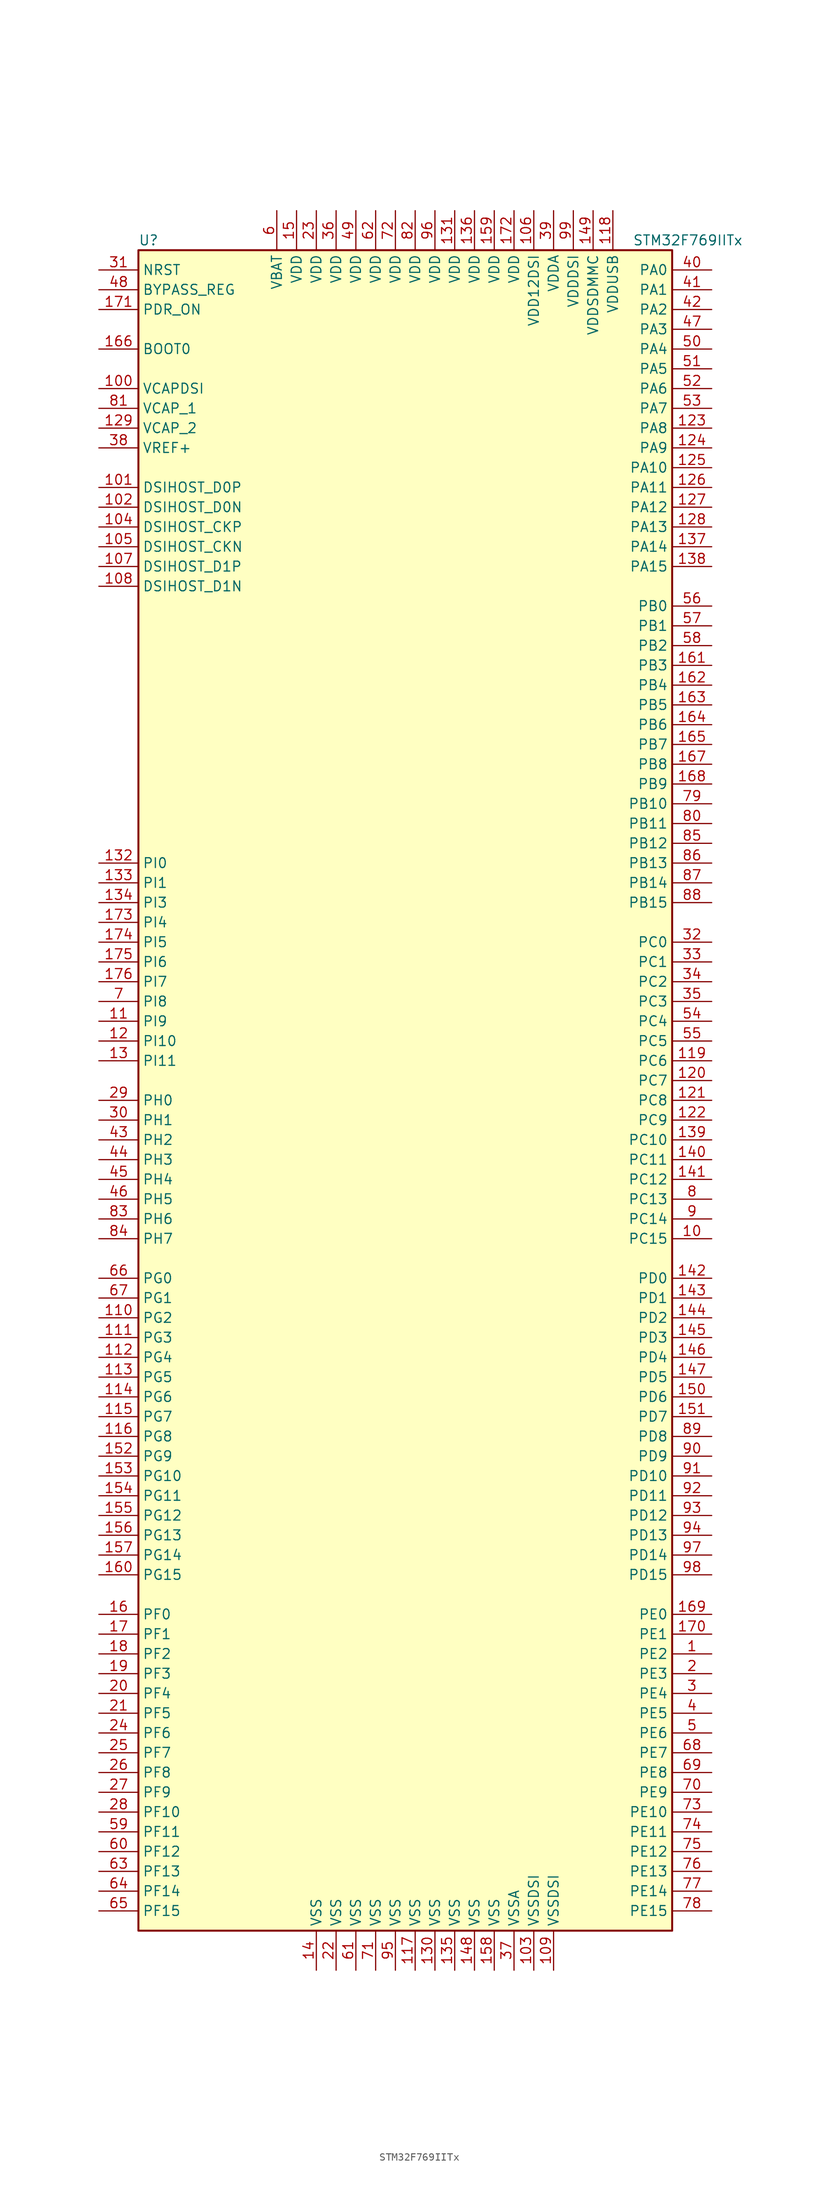
<source format=kicad_sym>
(kicad_symbol_lib
  (version 20220914)
  (generator kicad_symbol_editor)
  (symbol "STM32F769IITx"
    (property "Reference" "U"
      (at -35.56 107.95 0)
      (effects (font (size 1.27 1.27)) (justify left)))
    (property "Value" "STM32F769IITx"
      (at 27.94 107.95 0)
      (effects (font (size 1.27 1.27)) (justify left)))
    (symbol "STM32F769IITx_0_1"
      (rectangle (start -35.56 -109.22) (end 33.02 106.68) (stroke (width 0.254) (type default)) (fill (type background))))
    (symbol "STM32F769IITx_1_1"
      (pin bidirectional line (at 38.1 -73.66 180) (length 5.08) (name "PE2" (effects (font (size 1.27 1.27)))) (number "1" (effects (font (size 1.27 1.27)))))
      (pin bidirectional line (at 38.1 -20.32 180) (length 5.08) (name "PC15" (effects (font (size 1.27 1.27)))) (number "10" (effects (font (size 1.27 1.27)))))
      (pin power_in line (at -40.64 88.9 0) (length 5.08) (name "VCAPDSI" (effects (font (size 1.27 1.27)))) (number "100" (effects (font (size 1.27 1.27)))))
      (pin bidirectional line (at -40.64 76.2 0) (length 5.08) (name "DSIHOST_D0P" (effects (font (size 1.27 1.27)))) (number "101" (effects (font (size 1.27 1.27)))))
      (pin bidirectional line (at -40.64 73.66 0) (length 5.08) (name "DSIHOST_D0N" (effects (font (size 1.27 1.27)))) (number "102" (effects (font (size 1.27 1.27)))))
      (pin power_in line (at 15.24 -114.3 90) (length 5.08) (name "VSSDSI" (effects (font (size 1.27 1.27)))) (number "103" (effects (font (size 1.27 1.27)))))
      (pin bidirectional line (at -40.64 71.12 0) (length 5.08) (name "DSIHOST_CKP" (effects (font (size 1.27 1.27)))) (number "104" (effects (font (size 1.27 1.27)))))
      (pin bidirectional line (at -40.64 68.58 0) (length 5.08) (name "DSIHOST_CKN" (effects (font (size 1.27 1.27)))) (number "105" (effects (font (size 1.27 1.27)))))
      (pin power_in line (at 15.24 111.76 270) (length 5.08) (name "VDD12DSI" (effects (font (size 1.27 1.27)))) (number "106" (effects (font (size 1.27 1.27)))))
      (pin bidirectional line (at -40.64 66.04 0) (length 5.08) (name "DSIHOST_D1P" (effects (font (size 1.27 1.27)))) (number "107" (effects (font (size 1.27 1.27)))))
      (pin bidirectional line (at -40.64 63.5 0) (length 5.08) (name "DSIHOST_D1N" (effects (font (size 1.27 1.27)))) (number "108" (effects (font (size 1.27 1.27)))))
      (pin power_in line (at 17.78 -114.3 90) (length 5.08) (name "VSSDSI" (effects (font (size 1.27 1.27)))) (number "109" (effects (font (size 1.27 1.27)))))
      (pin bidirectional line (at -40.64 7.62 0) (length 5.08) (name "PI9" (effects (font (size 1.27 1.27)))) (number "11" (effects (font (size 1.27 1.27)))))
      (pin bidirectional line (at -40.64 -30.48 0) (length 5.08) (name "PG2" (effects (font (size 1.27 1.27)))) (number "110" (effects (font (size 1.27 1.27)))))
      (pin bidirectional line (at -40.64 -33.02 0) (length 5.08) (name "PG3" (effects (font (size 1.27 1.27)))) (number "111" (effects (font (size 1.27 1.27)))))
      (pin bidirectional line (at -40.64 -35.56 0) (length 5.08) (name "PG4" (effects (font (size 1.27 1.27)))) (number "112" (effects (font (size 1.27 1.27)))))
      (pin bidirectional line (at -40.64 -38.1 0) (length 5.08) (name "PG5" (effects (font (size 1.27 1.27)))) (number "113" (effects (font (size 1.27 1.27)))))
      (pin bidirectional line (at -40.64 -40.64 0) (length 5.08) (name "PG6" (effects (font (size 1.27 1.27)))) (number "114" (effects (font (size 1.27 1.27)))))
      (pin bidirectional line (at -40.64 -43.18 0) (length 5.08) (name "PG7" (effects (font (size 1.27 1.27)))) (number "115" (effects (font (size 1.27 1.27)))))
      (pin bidirectional line (at -40.64 -45.72 0) (length 5.08) (name "PG8" (effects (font (size 1.27 1.27)))) (number "116" (effects (font (size 1.27 1.27)))))
      (pin power_in line (at 0 -114.3 90) (length 5.08) (name "VSS" (effects (font (size 1.27 1.27)))) (number "117" (effects (font (size 1.27 1.27)))))
      (pin power_in line (at 25.4 111.76 270) (length 5.08) (name "VDDUSB" (effects (font (size 1.27 1.27)))) (number "118" (effects (font (size 1.27 1.27)))))
      (pin bidirectional line (at 38.1 2.54 180) (length 5.08) (name "PC6" (effects (font (size 1.27 1.27)))) (number "119" (effects (font (size 1.27 1.27)))))
      (pin bidirectional line (at -40.64 5.08 0) (length 5.08) (name "PI10" (effects (font (size 1.27 1.27)))) (number "12" (effects (font (size 1.27 1.27)))))
      (pin bidirectional line (at 38.1 0 180) (length 5.08) (name "PC7" (effects (font (size 1.27 1.27)))) (number "120" (effects (font (size 1.27 1.27)))))
      (pin bidirectional line (at 38.1 -2.54 180) (length 5.08) (name "PC8" (effects (font (size 1.27 1.27)))) (number "121" (effects (font (size 1.27 1.27)))))
      (pin bidirectional line (at 38.1 -5.08 180) (length 5.08) (name "PC9" (effects (font (size 1.27 1.27)))) (number "122" (effects (font (size 1.27 1.27)))))
      (pin bidirectional line (at 38.1 83.82 180) (length 5.08) (name "PA8" (effects (font (size 1.27 1.27)))) (number "123" (effects (font (size 1.27 1.27)))))
      (pin bidirectional line (at 38.1 81.28 180) (length 5.08) (name "PA9" (effects (font (size 1.27 1.27)))) (number "124" (effects (font (size 1.27 1.27)))))
      (pin bidirectional line (at 38.1 78.74 180) (length 5.08) (name "PA10" (effects (font (size 1.27 1.27)))) (number "125" (effects (font (size 1.27 1.27)))))
      (pin bidirectional line (at 38.1 76.2 180) (length 5.08) (name "PA11" (effects (font (size 1.27 1.27)))) (number "126" (effects (font (size 1.27 1.27)))))
      (pin bidirectional line (at 38.1 73.66 180) (length 5.08) (name "PA12" (effects (font (size 1.27 1.27)))) (number "127" (effects (font (size 1.27 1.27)))))
      (pin bidirectional line (at 38.1 71.12 180) (length 5.08) (name "PA13" (effects (font (size 1.27 1.27)))) (number "128" (effects (font (size 1.27 1.27)))))
      (pin power_in line (at -40.64 83.82 0) (length 5.08) (name "VCAP_2" (effects (font (size 1.27 1.27)))) (number "129" (effects (font (size 1.27 1.27)))))
      (pin bidirectional line (at -40.64 2.54 0) (length 5.08) (name "PI11" (effects (font (size 1.27 1.27)))) (number "13" (effects (font (size 1.27 1.27)))))
      (pin power_in line (at 2.54 -114.3 90) (length 5.08) (name "VSS" (effects (font (size 1.27 1.27)))) (number "130" (effects (font (size 1.27 1.27)))))
      (pin power_in line (at 5.08 111.76 270) (length 5.08) (name "VDD" (effects (font (size 1.27 1.27)))) (number "131" (effects (font (size 1.27 1.27)))))
      (pin bidirectional line (at -40.64 27.94 0) (length 5.08) (name "PI0" (effects (font (size 1.27 1.27)))) (number "132" (effects (font (size 1.27 1.27)))))
      (pin bidirectional line (at -40.64 25.4 0) (length 5.08) (name "PI1" (effects (font (size 1.27 1.27)))) (number "133" (effects (font (size 1.27 1.27)))))
      (pin bidirectional line (at -40.64 22.86 0) (length 5.08) (name "PI3" (effects (font (size 1.27 1.27)))) (number "134" (effects (font (size 1.27 1.27)))))
      (pin power_in line (at 5.08 -114.3 90) (length 5.08) (name "VSS" (effects (font (size 1.27 1.27)))) (number "135" (effects (font (size 1.27 1.27)))))
      (pin power_in line (at 7.62 111.76 270) (length 5.08) (name "VDD" (effects (font (size 1.27 1.27)))) (number "136" (effects (font (size 1.27 1.27)))))
      (pin bidirectional line (at 38.1 68.58 180) (length 5.08) (name "PA14" (effects (font (size 1.27 1.27)))) (number "137" (effects (font (size 1.27 1.27)))))
      (pin bidirectional line (at 38.1 66.04 180) (length 5.08) (name "PA15" (effects (font (size 1.27 1.27)))) (number "138" (effects (font (size 1.27 1.27)))))
      (pin bidirectional line (at 38.1 -7.62 180) (length 5.08) (name "PC10" (effects (font (size 1.27 1.27)))) (number "139" (effects (font (size 1.27 1.27)))))
      (pin power_in line (at -12.7 -114.3 90) (length 5.08) (name "VSS" (effects (font (size 1.27 1.27)))) (number "14" (effects (font (size 1.27 1.27)))))
      (pin bidirectional line (at 38.1 -10.16 180) (length 5.08) (name "PC11" (effects (font (size 1.27 1.27)))) (number "140" (effects (font (size 1.27 1.27)))))
      (pin bidirectional line (at 38.1 -12.7 180) (length 5.08) (name "PC12" (effects (font (size 1.27 1.27)))) (number "141" (effects (font (size 1.27 1.27)))))
      (pin bidirectional line (at 38.1 -25.4 180) (length 5.08) (name "PD0" (effects (font (size 1.27 1.27)))) (number "142" (effects (font (size 1.27 1.27)))))
      (pin bidirectional line (at 38.1 -27.94 180) (length 5.08) (name "PD1" (effects (font (size 1.27 1.27)))) (number "143" (effects (font (size 1.27 1.27)))))
      (pin bidirectional line (at 38.1 -30.48 180) (length 5.08) (name "PD2" (effects (font (size 1.27 1.27)))) (number "144" (effects (font (size 1.27 1.27)))))
      (pin bidirectional line (at 38.1 -33.02 180) (length 5.08) (name "PD3" (effects (font (size 1.27 1.27)))) (number "145" (effects (font (size 1.27 1.27)))))
      (pin bidirectional line (at 38.1 -35.56 180) (length 5.08) (name "PD4" (effects (font (size 1.27 1.27)))) (number "146" (effects (font (size 1.27 1.27)))))
      (pin bidirectional line (at 38.1 -38.1 180) (length 5.08) (name "PD5" (effects (font (size 1.27 1.27)))) (number "147" (effects (font (size 1.27 1.27)))))
      (pin power_in line (at 7.62 -114.3 90) (length 5.08) (name "VSS" (effects (font (size 1.27 1.27)))) (number "148" (effects (font (size 1.27 1.27)))))
      (pin power_in line (at 22.86 111.76 270) (length 5.08) (name "VDDSDMMC" (effects (font (size 1.27 1.27)))) (number "149" (effects (font (size 1.27 1.27)))))
      (pin power_in line (at -15.24 111.76 270) (length 5.08) (name "VDD" (effects (font (size 1.27 1.27)))) (number "15" (effects (font (size 1.27 1.27)))))
      (pin bidirectional line (at 38.1 -40.64 180) (length 5.08) (name "PD6" (effects (font (size 1.27 1.27)))) (number "150" (effects (font (size 1.27 1.27)))))
      (pin bidirectional line (at 38.1 -43.18 180) (length 5.08) (name "PD7" (effects (font (size 1.27 1.27)))) (number "151" (effects (font (size 1.27 1.27)))))
      (pin bidirectional line (at -40.64 -48.26 0) (length 5.08) (name "PG9" (effects (font (size 1.27 1.27)))) (number "152" (effects (font (size 1.27 1.27)))))
      (pin bidirectional line (at -40.64 -50.8 0) (length 5.08) (name "PG10" (effects (font (size 1.27 1.27)))) (number "153" (effects (font (size 1.27 1.27)))))
      (pin bidirectional line (at -40.64 -53.34 0) (length 5.08) (name "PG11" (effects (font (size 1.27 1.27)))) (number "154" (effects (font (size 1.27 1.27)))))
      (pin bidirectional line (at -40.64 -55.88 0) (length 5.08) (name "PG12" (effects (font (size 1.27 1.27)))) (number "155" (effects (font (size 1.27 1.27)))))
      (pin bidirectional line (at -40.64 -58.42 0) (length 5.08) (name "PG13" (effects (font (size 1.27 1.27)))) (number "156" (effects (font (size 1.27 1.27)))))
      (pin bidirectional line (at -40.64 -60.96 0) (length 5.08) (name "PG14" (effects (font (size 1.27 1.27)))) (number "157" (effects (font (size 1.27 1.27)))))
      (pin power_in line (at 10.16 -114.3 90) (length 5.08) (name "VSS" (effects (font (size 1.27 1.27)))) (number "158" (effects (font (size 1.27 1.27)))))
      (pin power_in line (at 10.16 111.76 270) (length 5.08) (name "VDD" (effects (font (size 1.27 1.27)))) (number "159" (effects (font (size 1.27 1.27)))))
      (pin bidirectional line (at -40.64 -68.58 0) (length 5.08) (name "PF0" (effects (font (size 1.27 1.27)))) (number "16" (effects (font (size 1.27 1.27)))))
      (pin bidirectional line (at -40.64 -63.5 0) (length 5.08) (name "PG15" (effects (font (size 1.27 1.27)))) (number "160" (effects (font (size 1.27 1.27)))))
      (pin bidirectional line (at 38.1 53.34 180) (length 5.08) (name "PB3" (effects (font (size 1.27 1.27)))) (number "161" (effects (font (size 1.27 1.27)))))
      (pin bidirectional line (at 38.1 50.8 180) (length 5.08) (name "PB4" (effects (font (size 1.27 1.27)))) (number "162" (effects (font (size 1.27 1.27)))))
      (pin bidirectional line (at 38.1 48.26 180) (length 5.08) (name "PB5" (effects (font (size 1.27 1.27)))) (number "163" (effects (font (size 1.27 1.27)))))
      (pin bidirectional line (at 38.1 45.72 180) (length 5.08) (name "PB6" (effects (font (size 1.27 1.27)))) (number "164" (effects (font (size 1.27 1.27)))))
      (pin bidirectional line (at 38.1 43.18 180) (length 5.08) (name "PB7" (effects (font (size 1.27 1.27)))) (number "165" (effects (font (size 1.27 1.27)))))
      (pin input line (at -40.64 93.98 0) (length 5.08) (name "BOOT0" (effects (font (size 1.27 1.27)))) (number "166" (effects (font (size 1.27 1.27)))))
      (pin bidirectional line (at 38.1 40.64 180) (length 5.08) (name "PB8" (effects (font (size 1.27 1.27)))) (number "167" (effects (font (size 1.27 1.27)))))
      (pin bidirectional line (at 38.1 38.1 180) (length 5.08) (name "PB9" (effects (font (size 1.27 1.27)))) (number "168" (effects (font (size 1.27 1.27)))))
      (pin bidirectional line (at 38.1 -68.58 180) (length 5.08) (name "PE0" (effects (font (size 1.27 1.27)))) (number "169" (effects (font (size 1.27 1.27)))))
      (pin bidirectional line (at -40.64 -71.12 0) (length 5.08) (name "PF1" (effects (font (size 1.27 1.27)))) (number "17" (effects (font (size 1.27 1.27)))))
      (pin bidirectional line (at 38.1 -71.12 180) (length 5.08) (name "PE1" (effects (font (size 1.27 1.27)))) (number "170" (effects (font (size 1.27 1.27)))))
      (pin input line (at -40.64 99.06 0) (length 5.08) (name "PDR_ON" (effects (font (size 1.27 1.27)))) (number "171" (effects (font (size 1.27 1.27)))))
      (pin power_in line (at 12.7 111.76 270) (length 5.08) (name "VDD" (effects (font (size 1.27 1.27)))) (number "172" (effects (font (size 1.27 1.27)))))
      (pin bidirectional line (at -40.64 20.32 0) (length 5.08) (name "PI4" (effects (font (size 1.27 1.27)))) (number "173" (effects (font (size 1.27 1.27)))))
      (pin bidirectional line (at -40.64 17.78 0) (length 5.08) (name "PI5" (effects (font (size 1.27 1.27)))) (number "174" (effects (font (size 1.27 1.27)))))
      (pin bidirectional line (at -40.64 15.24 0) (length 5.08) (name "PI6" (effects (font (size 1.27 1.27)))) (number "175" (effects (font (size 1.27 1.27)))))
      (pin bidirectional line (at -40.64 12.7 0) (length 5.08) (name "PI7" (effects (font (size 1.27 1.27)))) (number "176" (effects (font (size 1.27 1.27)))))
      (pin bidirectional line (at -40.64 -73.66 0) (length 5.08) (name "PF2" (effects (font (size 1.27 1.27)))) (number "18" (effects (font (size 1.27 1.27)))))
      (pin bidirectional line (at -40.64 -76.2 0) (length 5.08) (name "PF3" (effects (font (size 1.27 1.27)))) (number "19" (effects (font (size 1.27 1.27)))))
      (pin bidirectional line (at 38.1 -76.2 180) (length 5.08) (name "PE3" (effects (font (size 1.27 1.27)))) (number "2" (effects (font (size 1.27 1.27)))))
      (pin bidirectional line (at -40.64 -78.74 0) (length 5.08) (name "PF4" (effects (font (size 1.27 1.27)))) (number "20" (effects (font (size 1.27 1.27)))))
      (pin bidirectional line (at -40.64 -81.28 0) (length 5.08) (name "PF5" (effects (font (size 1.27 1.27)))) (number "21" (effects (font (size 1.27 1.27)))))
      (pin power_in line (at -10.16 -114.3 90) (length 5.08) (name "VSS" (effects (font (size 1.27 1.27)))) (number "22" (effects (font (size 1.27 1.27)))))
      (pin power_in line (at -12.7 111.76 270) (length 5.08) (name "VDD" (effects (font (size 1.27 1.27)))) (number "23" (effects (font (size 1.27 1.27)))))
      (pin bidirectional line (at -40.64 -83.82 0) (length 5.08) (name "PF6" (effects (font (size 1.27 1.27)))) (number "24" (effects (font (size 1.27 1.27)))))
      (pin bidirectional line (at -40.64 -86.36 0) (length 5.08) (name "PF7" (effects (font (size 1.27 1.27)))) (number "25" (effects (font (size 1.27 1.27)))))
      (pin bidirectional line (at -40.64 -88.9 0) (length 5.08) (name "PF8" (effects (font (size 1.27 1.27)))) (number "26" (effects (font (size 1.27 1.27)))))
      (pin bidirectional line (at -40.64 -91.44 0) (length 5.08) (name "PF9" (effects (font (size 1.27 1.27)))) (number "27" (effects (font (size 1.27 1.27)))))
      (pin bidirectional line (at -40.64 -93.98 0) (length 5.08) (name "PF10" (effects (font (size 1.27 1.27)))) (number "28" (effects (font (size 1.27 1.27)))))
      (pin input line (at -40.64 -2.54 0) (length 5.08) (name "PH0" (effects (font (size 1.27 1.27)))) (number "29" (effects (font (size 1.27 1.27)))))
      (pin bidirectional line (at 38.1 -78.74 180) (length 5.08) (name "PE4" (effects (font (size 1.27 1.27)))) (number "3" (effects (font (size 1.27 1.27)))))
      (pin input line (at -40.64 -5.08 0) (length 5.08) (name "PH1" (effects (font (size 1.27 1.27)))) (number "30" (effects (font (size 1.27 1.27)))))
      (pin input line (at -40.64 104.14 0) (length 5.08) (name "NRST" (effects (font (size 1.27 1.27)))) (number "31" (effects (font (size 1.27 1.27)))))
      (pin bidirectional line (at 38.1 17.78 180) (length 5.08) (name "PC0" (effects (font (size 1.27 1.27)))) (number "32" (effects (font (size 1.27 1.27)))))
      (pin bidirectional line (at 38.1 15.24 180) (length 5.08) (name "PC1" (effects (font (size 1.27 1.27)))) (number "33" (effects (font (size 1.27 1.27)))))
      (pin bidirectional line (at 38.1 12.7 180) (length 5.08) (name "PC2" (effects (font (size 1.27 1.27)))) (number "34" (effects (font (size 1.27 1.27)))))
      (pin bidirectional line (at 38.1 10.16 180) (length 5.08) (name "PC3" (effects (font (size 1.27 1.27)))) (number "35" (effects (font (size 1.27 1.27)))))
      (pin power_in line (at -10.16 111.76 270) (length 5.08) (name "VDD" (effects (font (size 1.27 1.27)))) (number "36" (effects (font (size 1.27 1.27)))))
      (pin power_in line (at 12.7 -114.3 90) (length 5.08) (name "VSSA" (effects (font (size 1.27 1.27)))) (number "37" (effects (font (size 1.27 1.27)))))
      (pin power_in line (at -40.64 81.28 0) (length 5.08) (name "VREF+" (effects (font (size 1.27 1.27)))) (number "38" (effects (font (size 1.27 1.27)))))
      (pin power_in line (at 17.78 111.76 270) (length 5.08) (name "VDDA" (effects (font (size 1.27 1.27)))) (number "39" (effects (font (size 1.27 1.27)))))
      (pin bidirectional line (at 38.1 -81.28 180) (length 5.08) (name "PE5" (effects (font (size 1.27 1.27)))) (number "4" (effects (font (size 1.27 1.27)))))
      (pin bidirectional line (at 38.1 104.14 180) (length 5.08) (name "PA0" (effects (font (size 1.27 1.27)))) (number "40" (effects (font (size 1.27 1.27)))))
      (pin bidirectional line (at 38.1 101.6 180) (length 5.08) (name "PA1" (effects (font (size 1.27 1.27)))) (number "41" (effects (font (size 1.27 1.27)))))
      (pin bidirectional line (at 38.1 99.06 180) (length 5.08) (name "PA2" (effects (font (size 1.27 1.27)))) (number "42" (effects (font (size 1.27 1.27)))))
      (pin bidirectional line (at -40.64 -7.62 0) (length 5.08) (name "PH2" (effects (font (size 1.27 1.27)))) (number "43" (effects (font (size 1.27 1.27)))))
      (pin bidirectional line (at -40.64 -10.16 0) (length 5.08) (name "PH3" (effects (font (size 1.27 1.27)))) (number "44" (effects (font (size 1.27 1.27)))))
      (pin bidirectional line (at -40.64 -12.7 0) (length 5.08) (name "PH4" (effects (font (size 1.27 1.27)))) (number "45" (effects (font (size 1.27 1.27)))))
      (pin bidirectional line (at -40.64 -15.24 0) (length 5.08) (name "PH5" (effects (font (size 1.27 1.27)))) (number "46" (effects (font (size 1.27 1.27)))))
      (pin bidirectional line (at 38.1 96.52 180) (length 5.08) (name "PA3" (effects (font (size 1.27 1.27)))) (number "47" (effects (font (size 1.27 1.27)))))
      (pin input line (at -40.64 101.6 0) (length 5.08) (name "BYPASS_REG" (effects (font (size 1.27 1.27)))) (number "48" (effects (font (size 1.27 1.27)))))
      (pin power_in line (at -7.62 111.76 270) (length 5.08) (name "VDD" (effects (font (size 1.27 1.27)))) (number "49" (effects (font (size 1.27 1.27)))))
      (pin bidirectional line (at 38.1 -83.82 180) (length 5.08) (name "PE6" (effects (font (size 1.27 1.27)))) (number "5" (effects (font (size 1.27 1.27)))))
      (pin bidirectional line (at 38.1 93.98 180) (length 5.08) (name "PA4" (effects (font (size 1.27 1.27)))) (number "50" (effects (font (size 1.27 1.27)))))
      (pin bidirectional line (at 38.1 91.44 180) (length 5.08) (name "PA5" (effects (font (size 1.27 1.27)))) (number "51" (effects (font (size 1.27 1.27)))))
      (pin bidirectional line (at 38.1 88.9 180) (length 5.08) (name "PA6" (effects (font (size 1.27 1.27)))) (number "52" (effects (font (size 1.27 1.27)))))
      (pin bidirectional line (at 38.1 86.36 180) (length 5.08) (name "PA7" (effects (font (size 1.27 1.27)))) (number "53" (effects (font (size 1.27 1.27)))))
      (pin bidirectional line (at 38.1 7.62 180) (length 5.08) (name "PC4" (effects (font (size 1.27 1.27)))) (number "54" (effects (font (size 1.27 1.27)))))
      (pin bidirectional line (at 38.1 5.08 180) (length 5.08) (name "PC5" (effects (font (size 1.27 1.27)))) (number "55" (effects (font (size 1.27 1.27)))))
      (pin bidirectional line (at 38.1 60.96 180) (length 5.08) (name "PB0" (effects (font (size 1.27 1.27)))) (number "56" (effects (font (size 1.27 1.27)))))
      (pin bidirectional line (at 38.1 58.42 180) (length 5.08) (name "PB1" (effects (font (size 1.27 1.27)))) (number "57" (effects (font (size 1.27 1.27)))))
      (pin bidirectional line (at 38.1 55.88 180) (length 5.08) (name "PB2" (effects (font (size 1.27 1.27)))) (number "58" (effects (font (size 1.27 1.27)))))
      (pin bidirectional line (at -40.64 -96.52 0) (length 5.08) (name "PF11" (effects (font (size 1.27 1.27)))) (number "59" (effects (font (size 1.27 1.27)))))
      (pin power_in line (at -17.78 111.76 270) (length 5.08) (name "VBAT" (effects (font (size 1.27 1.27)))) (number "6" (effects (font (size 1.27 1.27)))))
      (pin bidirectional line (at -40.64 -99.06 0) (length 5.08) (name "PF12" (effects (font (size 1.27 1.27)))) (number "60" (effects (font (size 1.27 1.27)))))
      (pin power_in line (at -7.62 -114.3 90) (length 5.08) (name "VSS" (effects (font (size 1.27 1.27)))) (number "61" (effects (font (size 1.27 1.27)))))
      (pin power_in line (at -5.08 111.76 270) (length 5.08) (name "VDD" (effects (font (size 1.27 1.27)))) (number "62" (effects (font (size 1.27 1.27)))))
      (pin bidirectional line (at -40.64 -101.6 0) (length 5.08) (name "PF13" (effects (font (size 1.27 1.27)))) (number "63" (effects (font (size 1.27 1.27)))))
      (pin bidirectional line (at -40.64 -104.14 0) (length 5.08) (name "PF14" (effects (font (size 1.27 1.27)))) (number "64" (effects (font (size 1.27 1.27)))))
      (pin bidirectional line (at -40.64 -106.68 0) (length 5.08) (name "PF15" (effects (font (size 1.27 1.27)))) (number "65" (effects (font (size 1.27 1.27)))))
      (pin bidirectional line (at -40.64 -25.4 0) (length 5.08) (name "PG0" (effects (font (size 1.27 1.27)))) (number "66" (effects (font (size 1.27 1.27)))))
      (pin bidirectional line (at -40.64 -27.94 0) (length 5.08) (name "PG1" (effects (font (size 1.27 1.27)))) (number "67" (effects (font (size 1.27 1.27)))))
      (pin bidirectional line (at 38.1 -86.36 180) (length 5.08) (name "PE7" (effects (font (size 1.27 1.27)))) (number "68" (effects (font (size 1.27 1.27)))))
      (pin bidirectional line (at 38.1 -88.9 180) (length 5.08) (name "PE8" (effects (font (size 1.27 1.27)))) (number "69" (effects (font (size 1.27 1.27)))))
      (pin bidirectional line (at -40.64 10.16 0) (length 5.08) (name "PI8" (effects (font (size 1.27 1.27)))) (number "7" (effects (font (size 1.27 1.27)))))
      (pin bidirectional line (at 38.1 -91.44 180) (length 5.08) (name "PE9" (effects (font (size 1.27 1.27)))) (number "70" (effects (font (size 1.27 1.27)))))
      (pin power_in line (at -5.08 -114.3 90) (length 5.08) (name "VSS" (effects (font (size 1.27 1.27)))) (number "71" (effects (font (size 1.27 1.27)))))
      (pin power_in line (at -2.54 111.76 270) (length 5.08) (name "VDD" (effects (font (size 1.27 1.27)))) (number "72" (effects (font (size 1.27 1.27)))))
      (pin bidirectional line (at 38.1 -93.98 180) (length 5.08) (name "PE10" (effects (font (size 1.27 1.27)))) (number "73" (effects (font (size 1.27 1.27)))))
      (pin bidirectional line (at 38.1 -96.52 180) (length 5.08) (name "PE11" (effects (font (size 1.27 1.27)))) (number "74" (effects (font (size 1.27 1.27)))))
      (pin bidirectional line (at 38.1 -99.06 180) (length 5.08) (name "PE12" (effects (font (size 1.27 1.27)))) (number "75" (effects (font (size 1.27 1.27)))))
      (pin bidirectional line (at 38.1 -101.6 180) (length 5.08) (name "PE13" (effects (font (size 1.27 1.27)))) (number "76" (effects (font (size 1.27 1.27)))))
      (pin bidirectional line (at 38.1 -104.14 180) (length 5.08) (name "PE14" (effects (font (size 1.27 1.27)))) (number "77" (effects (font (size 1.27 1.27)))))
      (pin bidirectional line (at 38.1 -106.68 180) (length 5.08) (name "PE15" (effects (font (size 1.27 1.27)))) (number "78" (effects (font (size 1.27 1.27)))))
      (pin bidirectional line (at 38.1 35.56 180) (length 5.08) (name "PB10" (effects (font (size 1.27 1.27)))) (number "79" (effects (font (size 1.27 1.27)))))
      (pin bidirectional line (at 38.1 -15.24 180) (length 5.08) (name "PC13" (effects (font (size 1.27 1.27)))) (number "8" (effects (font (size 1.27 1.27)))))
      (pin bidirectional line (at 38.1 33.02 180) (length 5.08) (name "PB11" (effects (font (size 1.27 1.27)))) (number "80" (effects (font (size 1.27 1.27)))))
      (pin power_in line (at -40.64 86.36 0) (length 5.08) (name "VCAP_1" (effects (font (size 1.27 1.27)))) (number "81" (effects (font (size 1.27 1.27)))))
      (pin power_in line (at 0 111.76 270) (length 5.08) (name "VDD" (effects (font (size 1.27 1.27)))) (number "82" (effects (font (size 1.27 1.27)))))
      (pin bidirectional line (at -40.64 -17.78 0) (length 5.08) (name "PH6" (effects (font (size 1.27 1.27)))) (number "83" (effects (font (size 1.27 1.27)))))
      (pin bidirectional line (at -40.64 -20.32 0) (length 5.08) (name "PH7" (effects (font (size 1.27 1.27)))) (number "84" (effects (font (size 1.27 1.27)))))
      (pin bidirectional line (at 38.1 30.48 180) (length 5.08) (name "PB12" (effects (font (size 1.27 1.27)))) (number "85" (effects (font (size 1.27 1.27)))))
      (pin bidirectional line (at 38.1 27.94 180) (length 5.08) (name "PB13" (effects (font (size 1.27 1.27)))) (number "86" (effects (font (size 1.27 1.27)))))
      (pin bidirectional line (at 38.1 25.4 180) (length 5.08) (name "PB14" (effects (font (size 1.27 1.27)))) (number "87" (effects (font (size 1.27 1.27)))))
      (pin bidirectional line (at 38.1 22.86 180) (length 5.08) (name "PB15" (effects (font (size 1.27 1.27)))) (number "88" (effects (font (size 1.27 1.27)))))
      (pin bidirectional line (at 38.1 -45.72 180) (length 5.08) (name "PD8" (effects (font (size 1.27 1.27)))) (number "89" (effects (font (size 1.27 1.27)))))
      (pin bidirectional line (at 38.1 -17.78 180) (length 5.08) (name "PC14" (effects (font (size 1.27 1.27)))) (number "9" (effects (font (size 1.27 1.27)))))
      (pin bidirectional line (at 38.1 -48.26 180) (length 5.08) (name "PD9" (effects (font (size 1.27 1.27)))) (number "90" (effects (font (size 1.27 1.27)))))
      (pin bidirectional line (at 38.1 -50.8 180) (length 5.08) (name "PD10" (effects (font (size 1.27 1.27)))) (number "91" (effects (font (size 1.27 1.27)))))
      (pin bidirectional line (at 38.1 -53.34 180) (length 5.08) (name "PD11" (effects (font (size 1.27 1.27)))) (number "92" (effects (font (size 1.27 1.27)))))
      (pin bidirectional line (at 38.1 -55.88 180) (length 5.08) (name "PD12" (effects (font (size 1.27 1.27)))) (number "93" (effects (font (size 1.27 1.27)))))
      (pin bidirectional line (at 38.1 -58.42 180) (length 5.08) (name "PD13" (effects (font (size 1.27 1.27)))) (number "94" (effects (font (size 1.27 1.27)))))
      (pin power_in line (at -2.54 -114.3 90) (length 5.08) (name "VSS" (effects (font (size 1.27 1.27)))) (number "95" (effects (font (size 1.27 1.27)))))
      (pin power_in line (at 2.54 111.76 270) (length 5.08) (name "VDD" (effects (font (size 1.27 1.27)))) (number "96" (effects (font (size 1.27 1.27)))))
      (pin bidirectional line (at 38.1 -60.96 180) (length 5.08) (name "PD14" (effects (font (size 1.27 1.27)))) (number "97" (effects (font (size 1.27 1.27)))))
      (pin bidirectional line (at 38.1 -63.5 180) (length 5.08) (name "PD15" (effects (font (size 1.27 1.27)))) (number "98" (effects (font (size 1.27 1.27)))))
      (pin power_in line (at 20.32 111.76 270) (length 5.08) (name "VDDDSI" (effects (font (size 1.27 1.27)))) (number "99" (effects (font (size 1.27 1.27))))))))
</source>
